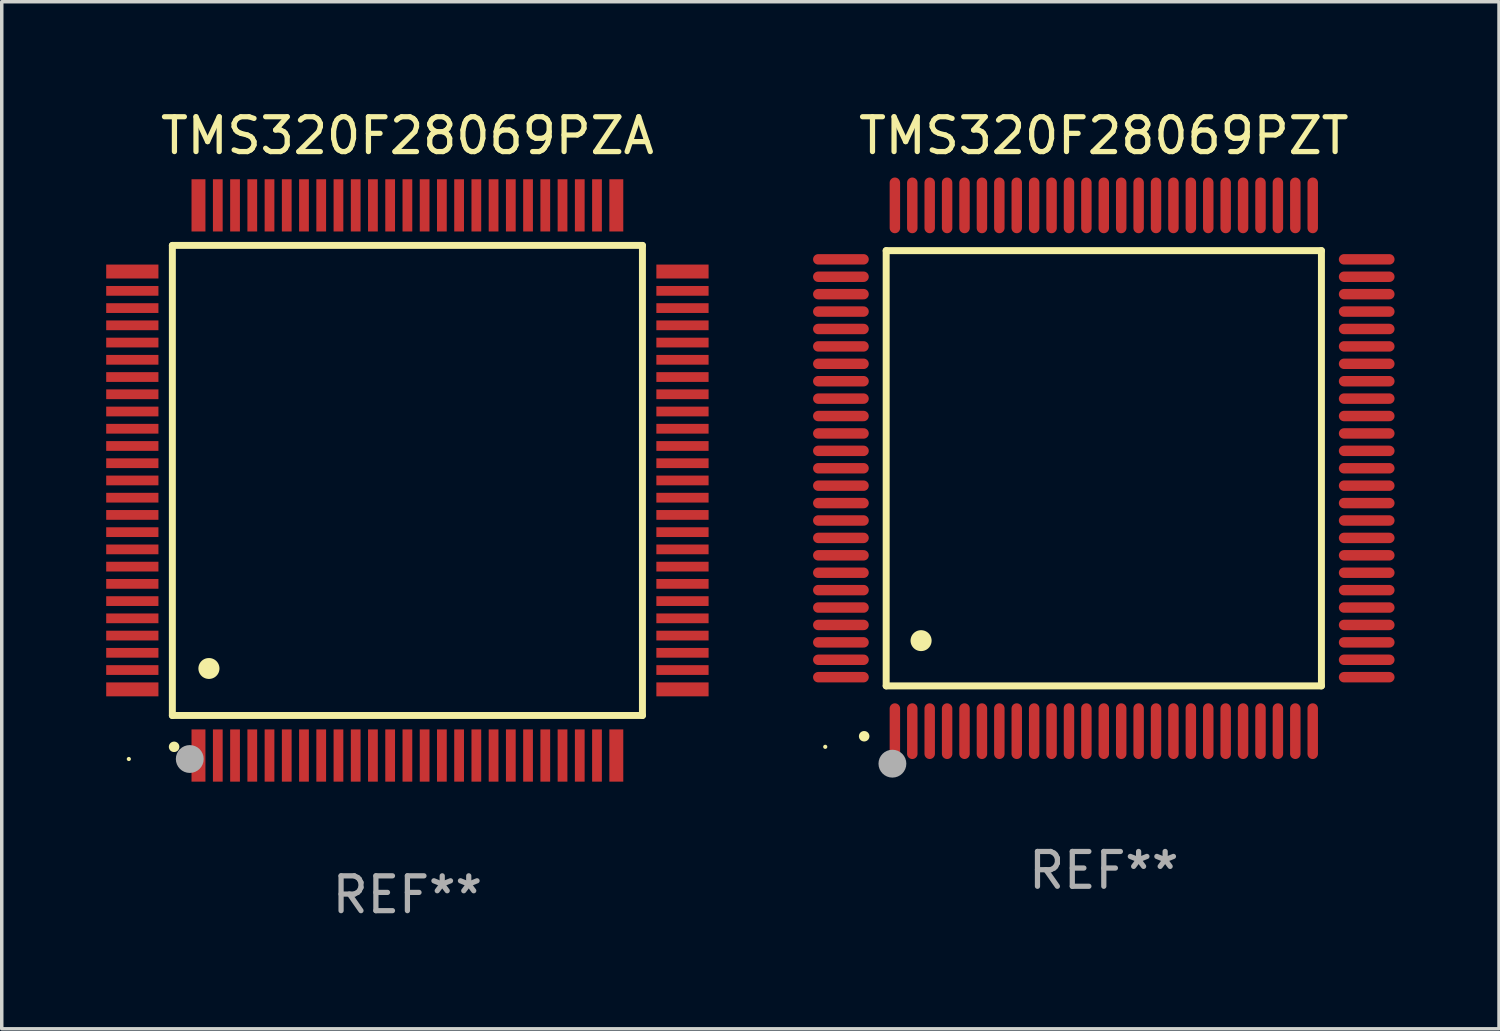
<source format=kicad_pcb>
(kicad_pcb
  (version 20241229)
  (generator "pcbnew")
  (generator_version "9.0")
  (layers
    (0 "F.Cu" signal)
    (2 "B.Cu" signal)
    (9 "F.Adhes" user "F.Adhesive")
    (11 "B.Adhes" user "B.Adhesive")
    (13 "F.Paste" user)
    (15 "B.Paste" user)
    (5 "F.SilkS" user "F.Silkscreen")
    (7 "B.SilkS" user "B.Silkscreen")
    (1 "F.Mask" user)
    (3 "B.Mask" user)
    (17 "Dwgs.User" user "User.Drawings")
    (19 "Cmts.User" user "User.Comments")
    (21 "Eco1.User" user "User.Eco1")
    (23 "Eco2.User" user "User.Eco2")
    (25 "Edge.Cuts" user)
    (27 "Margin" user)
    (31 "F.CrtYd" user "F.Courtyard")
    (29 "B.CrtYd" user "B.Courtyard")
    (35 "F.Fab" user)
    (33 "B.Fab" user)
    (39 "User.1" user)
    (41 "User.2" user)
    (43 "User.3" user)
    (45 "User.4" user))
  (footprint "TMS320F28069PZT"
    (layer "F.Cu")
    (at 28.65 10.398)
    (property "Reference" "TMS320F28069PZT" (at 0 -9.55 0) (layer "F.SilkS") (effects (font (size 1 1) (thickness 0.15))))
    (attr through_hole)
    (fp_line (start -6.25 -6.25) (end -6.25 6.25) (stroke (width 0.2) (type solid)) (layer "F.SilkS"))
    (fp_line (start -6.25 6.25) (end 6.25 6.25) (stroke (width 0.2) (type solid)) (layer "F.SilkS"))
    (fp_line (start 6.25 -6.25) (end -6.25 -6.25) (stroke (width 0.2) (type solid)) (layer "F.SilkS"))
    (fp_line (start 6.25 6.25) (end 6.25 -6.25) (stroke (width 0.2) (type solid)) (layer "F.SilkS"))
    (fp_arc (start -6.883414 7.696215) (mid -6.882144 7.69621) (end -6.880874 7.696215) (stroke (width 0.3) (type solid)) (layer "F.SilkS"))
    (fp_arc (start -5.250191 4.95047) (mid -5.247651 4.950459) (end -5.245111 4.95047) (stroke (width 0.6) (type solid)) (layer "F.SilkS"))
    (fp_circle (center -8 8) (end -7.97 8) (stroke (width 0.06) (type solid)) (fill no) (layer "F.SilkS"))
    (fp_circle (center -6.071 8.484) (end -5.871 8.484) (stroke (width 0.4) (type solid)) (fill no) (layer "F.Fab"))
    (fp_text user "REF**" (at 0 11.55 0) (layer "F.Fab") (effects (font (size 1 1) (thickness 0.15))))
    (pad "1" smd oval (at -6 7.55) (size 0.3 1.6) (layers "F.Cu" "F.Mask" "F.Paste"))
    (pad "2" smd oval (at -5.5 7.55) (size 0.3 1.6) (layers "F.Cu" "F.Mask" "F.Paste"))
    (pad "3" smd oval (at -5 7.55) (size 0.3 1.6) (layers "F.Cu" "F.Mask" "F.Paste"))
    (pad "4" smd oval (at -4.5 7.55) (size 0.3 1.6) (layers "F.Cu" "F.Mask" "F.Paste"))
    (pad "5" smd oval (at -4 7.55) (size 0.3 1.6) (layers "F.Cu" "F.Mask" "F.Paste"))
    (pad "6" smd oval (at -3.5 7.55) (size 0.3 1.6) (layers "F.Cu" "F.Mask" "F.Paste"))
    (pad "7" smd oval (at -3 7.55) (size 0.3 1.6) (layers "F.Cu" "F.Mask" "F.Paste"))
    (pad "8" smd oval (at -2.5 7.55) (size 0.3 1.6) (layers "F.Cu" "F.Mask" "F.Paste"))
    (pad "9" smd oval (at -2 7.55) (size 0.3 1.6) (layers "F.Cu" "F.Mask" "F.Paste"))
    (pad "10" smd oval (at -1.5 7.55) (size 0.3 1.6) (layers "F.Cu" "F.Mask" "F.Paste"))
    (pad "11" smd oval (at -1 7.55) (size 0.3 1.6) (layers "F.Cu" "F.Mask" "F.Paste"))
    (pad "12" smd oval (at -0.5 7.55) (size 0.3 1.6) (layers "F.Cu" "F.Mask" "F.Paste"))
    (pad "13" smd oval (at 0 7.55) (size 0.3 1.6) (layers "F.Cu" "F.Mask" "F.Paste"))
    (pad "14" smd oval (at 0.5 7.55) (size 0.3 1.6) (layers "F.Cu" "F.Mask" "F.Paste"))
    (pad "15" smd oval (at 1 7.55) (size 0.3 1.6) (layers "F.Cu" "F.Mask" "F.Paste"))
    (pad "16" smd oval (at 1.5 7.55) (size 0.3 1.6) (layers "F.Cu" "F.Mask" "F.Paste"))
    (pad "17" smd oval (at 2 7.55) (size 0.3 1.6) (layers "F.Cu" "F.Mask" "F.Paste"))
    (pad "18" smd oval (at 2.5 7.55) (size 0.3 1.6) (layers "F.Cu" "F.Mask" "F.Paste"))
    (pad "19" smd oval (at 3 7.55) (size 0.3 1.6) (layers "F.Cu" "F.Mask" "F.Paste"))
    (pad "20" smd oval (at 3.5 7.55) (size 0.3 1.6) (layers "F.Cu" "F.Mask" "F.Paste"))
    (pad "21" smd oval (at 4 7.55) (size 0.3 1.6) (layers "F.Cu" "F.Mask" "F.Paste"))
    (pad "22" smd oval (at 4.5 7.55) (size 0.3 1.6) (layers "F.Cu" "F.Mask" "F.Paste"))
    (pad "23" smd oval (at 5 7.55) (size 0.3 1.6) (layers "F.Cu" "F.Mask" "F.Paste"))
    (pad "24" smd oval (at 5.5 7.55) (size 0.3 1.6) (layers "F.Cu" "F.Mask" "F.Paste"))
    (pad "25" smd oval (at 6 7.55) (size 0.3 1.6) (layers "F.Cu" "F.Mask" "F.Paste"))
    (pad "26" smd oval (at 7.55 6) (size 1.6 0.3) (layers "F.Cu" "F.Mask" "F.Paste"))
    (pad "27" smd oval (at 7.55 5.5) (size 1.6 0.3) (layers "F.Cu" "F.Mask" "F.Paste"))
    (pad "28" smd oval (at 7.55 5) (size 1.6 0.3) (layers "F.Cu" "F.Mask" "F.Paste"))
    (pad "29" smd oval (at 7.55 4.5) (size 1.6 0.3) (layers "F.Cu" "F.Mask" "F.Paste"))
    (pad "30" smd oval (at 7.55 4) (size 1.6 0.3) (layers "F.Cu" "F.Mask" "F.Paste"))
    (pad "31" smd oval (at 7.55 3.5) (size 1.6 0.3) (layers "F.Cu" "F.Mask" "F.Paste"))
    (pad "32" smd oval (at 7.55 3) (size 1.6 0.3) (layers "F.Cu" "F.Mask" "F.Paste"))
    (pad "33" smd oval (at 7.55 2.5) (size 1.6 0.3) (layers "F.Cu" "F.Mask" "F.Paste"))
    (pad "34" smd oval (at 7.55 2) (size 1.6 0.3) (layers "F.Cu" "F.Mask" "F.Paste"))
    (pad "35" smd oval (at 7.55 1.5) (size 1.6 0.3) (layers "F.Cu" "F.Mask" "F.Paste"))
    (pad "36" smd oval (at 7.55 1) (size 1.6 0.3) (layers "F.Cu" "F.Mask" "F.Paste"))
    (pad "37" smd oval (at 7.55 0.5) (size 1.6 0.3) (layers "F.Cu" "F.Mask" "F.Paste"))
    (pad "38" smd oval (at 7.55 0) (size 1.6 0.3) (layers "F.Cu" "F.Mask" "F.Paste"))
    (pad "39" smd oval (at 7.55 -0.5) (size 1.6 0.3) (layers "F.Cu" "F.Mask" "F.Paste"))
    (pad "40" smd oval (at 7.55 -1) (size 1.6 0.3) (layers "F.Cu" "F.Mask" "F.Paste"))
    (pad "41" smd oval (at 7.55 -1.5) (size 1.6 0.3) (layers "F.Cu" "F.Mask" "F.Paste"))
    (pad "42" smd oval (at 7.55 -2) (size 1.6 0.3) (layers "F.Cu" "F.Mask" "F.Paste"))
    (pad "43" smd oval (at 7.55 -2.5) (size 1.6 0.3) (layers "F.Cu" "F.Mask" "F.Paste"))
    (pad "44" smd oval (at 7.55 -3) (size 1.6 0.3) (layers "F.Cu" "F.Mask" "F.Paste"))
    (pad "45" smd oval (at 7.55 -3.5) (size 1.6 0.3) (layers "F.Cu" "F.Mask" "F.Paste"))
    (pad "46" smd oval (at 7.55 -4) (size 1.6 0.3) (layers "F.Cu" "F.Mask" "F.Paste"))
    (pad "47" smd oval (at 7.55 -4.5) (size 1.6 0.3) (layers "F.Cu" "F.Mask" "F.Paste"))
    (pad "48" smd oval (at 7.55 -5) (size 1.6 0.3) (layers "F.Cu" "F.Mask" "F.Paste"))
    (pad "49" smd oval (at 7.55 -5.5) (size 1.6 0.3) (layers "F.Cu" "F.Mask" "F.Paste"))
    (pad "50" smd oval (at 7.55 -6) (size 1.6 0.3) (layers "F.Cu" "F.Mask" "F.Paste"))
    (pad "51" smd oval (at 6 -7.55) (size 0.3 1.6) (layers "F.Cu" "F.Mask" "F.Paste"))
    (pad "52" smd oval (at 5.5 -7.55) (size 0.3 1.6) (layers "F.Cu" "F.Mask" "F.Paste"))
    (pad "53" smd oval (at 5 -7.55) (size 0.3 1.6) (layers "F.Cu" "F.Mask" "F.Paste"))
    (pad "54" smd oval (at 4.5 -7.55) (size 0.3 1.6) (layers "F.Cu" "F.Mask" "F.Paste"))
    (pad "55" smd oval (at 4 -7.55) (size 0.3 1.6) (layers "F.Cu" "F.Mask" "F.Paste"))
    (pad "56" smd oval (at 3.5 -7.55) (size 0.3 1.6) (layers "F.Cu" "F.Mask" "F.Paste"))
    (pad "57" smd oval (at 3 -7.55) (size 0.3 1.6) (layers "F.Cu" "F.Mask" "F.Paste"))
    (pad "58" smd oval (at 2.5 -7.55) (size 0.3 1.6) (layers "F.Cu" "F.Mask" "F.Paste"))
    (pad "59" smd oval (at 2 -7.55) (size 0.3 1.6) (layers "F.Cu" "F.Mask" "F.Paste"))
    (pad "60" smd oval (at 1.5 -7.55) (size 0.3 1.6) (layers "F.Cu" "F.Mask" "F.Paste"))
    (pad "61" smd oval (at 1 -7.55) (size 0.3 1.6) (layers "F.Cu" "F.Mask" "F.Paste"))
    (pad "62" smd oval (at 0.5 -7.55) (size 0.3 1.6) (layers "F.Cu" "F.Mask" "F.Paste"))
    (pad "63" smd oval (at 0 -7.55) (size 0.3 1.6) (layers "F.Cu" "F.Mask" "F.Paste"))
    (pad "64" smd oval (at -0.5 -7.55) (size 0.3 1.6) (layers "F.Cu" "F.Mask" "F.Paste"))
    (pad "65" smd oval (at -1 -7.55) (size 0.3 1.6) (layers "F.Cu" "F.Mask" "F.Paste"))
    (pad "66" smd oval (at -1.5 -7.55) (size 0.3 1.6) (layers "F.Cu" "F.Mask" "F.Paste"))
    (pad "67" smd oval (at -2 -7.55) (size 0.3 1.6) (layers "F.Cu" "F.Mask" "F.Paste"))
    (pad "68" smd oval (at -2.5 -7.55) (size 0.3 1.6) (layers "F.Cu" "F.Mask" "F.Paste"))
    (pad "69" smd oval (at -3 -7.55) (size 0.3 1.6) (layers "F.Cu" "F.Mask" "F.Paste"))
    (pad "70" smd oval (at -3.5 -7.55) (size 0.3 1.6) (layers "F.Cu" "F.Mask" "F.Paste"))
    (pad "71" smd oval (at -4 -7.55) (size 0.3 1.6) (layers "F.Cu" "F.Mask" "F.Paste"))
    (pad "72" smd oval (at -4.5 -7.55) (size 0.3 1.6) (layers "F.Cu" "F.Mask" "F.Paste"))
    (pad "73" smd oval (at -5 -7.55) (size 0.3 1.6) (layers "F.Cu" "F.Mask" "F.Paste"))
    (pad "74" smd oval (at -5.5 -7.55) (size 0.3 1.6) (layers "F.Cu" "F.Mask" "F.Paste"))
    (pad "75" smd oval (at -6 -7.55) (size 0.3 1.6) (layers "F.Cu" "F.Mask" "F.Paste"))
    (pad "76" smd oval (at -7.55 -6) (size 1.6 0.3) (layers "F.Cu" "F.Mask" "F.Paste"))
    (pad "77" smd oval (at -7.55 -5.5) (size 1.6 0.3) (layers "F.Cu" "F.Mask" "F.Paste"))
    (pad "78" smd oval (at -7.55 -5) (size 1.6 0.3) (layers "F.Cu" "F.Mask" "F.Paste"))
    (pad "79" smd oval (at -7.55 -4.5) (size 1.6 0.3) (layers "F.Cu" "F.Mask" "F.Paste"))
    (pad "80" smd oval (at -7.55 -4) (size 1.6 0.3) (layers "F.Cu" "F.Mask" "F.Paste"))
    (pad "81" smd oval (at -7.55 -3.5) (size 1.6 0.3) (layers "F.Cu" "F.Mask" "F.Paste"))
    (pad "82" smd oval (at -7.55 -3) (size 1.6 0.3) (layers "F.Cu" "F.Mask" "F.Paste"))
    (pad "83" smd oval (at -7.55 -2.5) (size 1.6 0.3) (layers "F.Cu" "F.Mask" "F.Paste"))
    (pad "84" smd oval (at -7.55 -2) (size 1.6 0.3) (layers "F.Cu" "F.Mask" "F.Paste"))
    (pad "85" smd oval (at -7.55 -1.5) (size 1.6 0.3) (layers "F.Cu" "F.Mask" "F.Paste"))
    (pad "86" smd oval (at -7.55 -1) (size 1.6 0.3) (layers "F.Cu" "F.Mask" "F.Paste"))
    (pad "87" smd oval (at -7.55 -0.5) (size 1.6 0.3) (layers "F.Cu" "F.Mask" "F.Paste"))
    (pad "88" smd oval (at -7.55 0) (size 1.6 0.3) (layers "F.Cu" "F.Mask" "F.Paste"))
    (pad "89" smd oval (at -7.55 0.5) (size 1.6 0.3) (layers "F.Cu" "F.Mask" "F.Paste"))
    (pad "90" smd oval (at -7.55 1) (size 1.6 0.3) (layers "F.Cu" "F.Mask" "F.Paste"))
    (pad "91" smd oval (at -7.55 1.5) (size 1.6 0.3) (layers "F.Cu" "F.Mask" "F.Paste"))
    (pad "92" smd oval (at -7.55 2) (size 1.6 0.3) (layers "F.Cu" "F.Mask" "F.Paste"))
    (pad "93" smd oval (at -7.55 2.5) (size 1.6 0.3) (layers "F.Cu" "F.Mask" "F.Paste"))
    (pad "94" smd oval (at -7.55 3) (size 1.6 0.3) (layers "F.Cu" "F.Mask" "F.Paste"))
    (pad "95" smd oval (at -7.55 3.5) (size 1.6 0.3) (layers "F.Cu" "F.Mask" "F.Paste"))
    (pad "96" smd oval (at -7.55 4) (size 1.6 0.3) (layers "F.Cu" "F.Mask" "F.Paste"))
    (pad "97" smd oval (at -7.55 4.5) (size 1.6 0.3) (layers "F.Cu" "F.Mask" "F.Paste"))
    (pad "98" smd oval (at -7.55 5) (size 1.6 0.3) (layers "F.Cu" "F.Mask" "F.Paste"))
    (pad "99" smd oval (at -7.55 5.5) (size 1.6 0.3) (layers "F.Cu" "F.Mask" "F.Paste"))
    (pad "100" smd oval (at -7.55 6) (size 1.6 0.3) (layers "F.Cu" "F.Mask" "F.Paste")))
  (footprint "TMS320F28069PZA"
    (layer "F.Cu")
    (at 8.65 10.748)
    (property "Reference" "TMS320F28069PZA" (at 0 -9.9 0) (layer "F.SilkS") (effects (font (size 1 1) (thickness 0.15))))
    (attr through_hole)
    (fp_line (start -6.75 -6.75) (end -6.75 6.75) (stroke (width 0.2) (type solid)) (layer "F.SilkS"))
    (fp_line (start -6.75 6.75) (end 6.75 6.75) (stroke (width 0.2) (type solid)) (layer "F.SilkS"))
    (fp_line (start 6.75 -6.75) (end -6.75 -6.75) (stroke (width 0.2) (type solid)) (layer "F.SilkS"))
    (fp_line (start 6.75 6.75) (end 6.75 -6.75) (stroke (width 0.2) (type solid)) (layer "F.SilkS"))
    (fp_arc (start -6.701321 7.650013) (mid -6.700051 7.650008) (end -6.698781 7.650013) (stroke (width 0.3) (type solid)) (layer "F.SilkS"))
    (fp_arc (start -5.702515 5.400025) (mid -5.699975 5.400014) (end -5.697435 5.400025) (stroke (width 0.6) (type solid)) (layer "F.SilkS"))
    (fp_circle (center -8 8) (end -7.97 8) (stroke (width 0.06) (type solid)) (fill no) (layer "F.SilkS"))
    (fp_circle (center -6.25 8) (end -6.05 8) (stroke (width 0.4) (type solid)) (fill no) (layer "F.Fab"))
    (fp_text user "REF**" (at 0 11.9 0) (layer "F.Fab") (effects (font (size 1 1) (thickness 0.15))))
    (pad "1" smd rect (at -6 7.9 180) (size 0.4 1.5) (layers "F.Cu" "F.Mask" "F.Paste"))
    (pad "2" smd rect (at -5.445 7.9 180) (size 0.28 1.5) (layers "F.Cu" "F.Mask" "F.Paste"))
    (pad "3" smd rect (at -4.95 7.9 180) (size 0.28 1.5) (layers "F.Cu" "F.Mask" "F.Paste"))
    (pad "4" smd rect (at -4.455 7.9 180) (size 0.28 1.5) (layers "F.Cu" "F.Mask" "F.Paste"))
    (pad "5" smd rect (at -3.96 7.9 180) (size 0.28 1.5) (layers "F.Cu" "F.Mask" "F.Paste"))
    (pad "6" smd rect (at -3.465 7.9 180) (size 0.28 1.5) (layers "F.Cu" "F.Mask" "F.Paste"))
    (pad "7" smd rect (at -2.97 7.9 180) (size 0.28 1.5) (layers "F.Cu" "F.Mask" "F.Paste"))
    (pad "8" smd rect (at -2.475 7.9 180) (size 0.28 1.5) (layers "F.Cu" "F.Mask" "F.Paste"))
    (pad "9" smd rect (at -1.98 7.9 180) (size 0.28 1.5) (layers "F.Cu" "F.Mask" "F.Paste"))
    (pad "10" smd rect (at -1.485 7.9 180) (size 0.28 1.5) (layers "F.Cu" "F.Mask" "F.Paste"))
    (pad "11" smd rect (at -0.99 7.9 180) (size 0.28 1.5) (layers "F.Cu" "F.Mask" "F.Paste"))
    (pad "12" smd rect (at -0.495 7.9 180) (size 0.28 1.5) (layers "F.Cu" "F.Mask" "F.Paste"))
    (pad "13" smd rect (at 0.000178 7.9 180) (size 0.28 1.5) (layers "F.Cu" "F.Mask" "F.Paste"))
    (pad "14" smd rect (at 0.495 7.9 180) (size 0.28 1.5) (layers "F.Cu" "F.Mask" "F.Paste"))
    (pad "15" smd rect (at 0.99 7.9 180) (size 0.28 1.5) (layers "F.Cu" "F.Mask" "F.Paste"))
    (pad "16" smd rect (at 1.485 7.9 180) (size 0.28 1.5) (layers "F.Cu" "F.Mask" "F.Paste"))
    (pad "17" smd rect (at 1.98 7.9 180) (size 0.28 1.5) (layers "F.Cu" "F.Mask" "F.Paste"))
    (pad "18" smd rect (at 2.475 7.9 180) (size 0.28 1.5) (layers "F.Cu" "F.Mask" "F.Paste"))
    (pad "19" smd rect (at 2.97 7.9 180) (size 0.28 1.5) (layers "F.Cu" "F.Mask" "F.Paste"))
    (pad "20" smd rect (at 3.465 7.9 180) (size 0.28 1.5) (layers "F.Cu" "F.Mask" "F.Paste"))
    (pad "21" smd rect (at 3.96 7.9 180) (size 0.28 1.5) (layers "F.Cu" "F.Mask" "F.Paste"))
    (pad "22" smd rect (at 4.455 7.9 180) (size 0.28 1.5) (layers "F.Cu" "F.Mask" "F.Paste"))
    (pad "23" smd rect (at 4.95 7.9 180) (size 0.28 1.5) (layers "F.Cu" "F.Mask" "F.Paste"))
    (pad "24" smd rect (at 5.445 7.9 180) (size 0.28 1.5) (layers "F.Cu" "F.Mask" "F.Paste"))
    (pad "25" smd rect (at 6 7.9 180) (size 0.4 1.5) (layers "F.Cu" "F.Mask" "F.Paste"))
    (pad "26" smd rect (at 7.9 6 90) (size 0.4 1.5) (layers "F.Cu" "F.Mask" "F.Paste"))
    (pad "27" smd rect (at 7.9 5.445 90) (size 0.28 1.5) (layers "F.Cu" "F.Mask" "F.Paste"))
    (pad "28" smd rect (at 7.9 4.95 90) (size 0.28 1.5) (layers "F.Cu" "F.Mask" "F.Paste"))
    (pad "29" smd rect (at 7.9 4.455 90) (size 0.28 1.5) (layers "F.Cu" "F.Mask" "F.Paste"))
    (pad "30" smd rect (at 7.9 3.96 90) (size 0.28 1.5) (layers "F.Cu" "F.Mask" "F.Paste"))
    (pad "31" smd rect (at 7.9 3.465 90) (size 0.28 1.5) (layers "F.Cu" "F.Mask" "F.Paste"))
    (pad "32" smd rect (at 7.9 2.97 90) (size 0.28 1.5) (layers "F.Cu" "F.Mask" "F.Paste"))
    (pad "33" smd rect (at 7.9 2.475 90) (size 0.28 1.5) (layers "F.Cu" "F.Mask" "F.Paste"))
    (pad "34" smd rect (at 7.9 1.98 90) (size 0.28 1.5) (layers "F.Cu" "F.Mask" "F.Paste"))
    (pad "35" smd rect (at 7.9 1.485 90) (size 0.28 1.5) (layers "F.Cu" "F.Mask" "F.Paste"))
    (pad "36" smd rect (at 7.9 0.99 90) (size 0.28 1.5) (layers "F.Cu" "F.Mask" "F.Paste"))
    (pad "37" smd rect (at 7.9 0.495 90) (size 0.28 1.5) (layers "F.Cu" "F.Mask" "F.Paste"))
    (pad "38" smd rect (at 7.9 0 90) (size 0.28 1.5) (layers "F.Cu" "F.Mask" "F.Paste"))
    (pad "39" smd rect (at 7.9 -0.495 90) (size 0.28 1.5) (layers "F.Cu" "F.Mask" "F.Paste"))
    (pad "40" smd rect (at 7.9 -0.99 90) (size 0.28 1.5) (layers "F.Cu" "F.Mask" "F.Paste"))
    (pad "41" smd rect (at 7.9 -1.485 90) (size 0.28 1.5) (layers "F.Cu" "F.Mask" "F.Paste"))
    (pad "42" smd rect (at 7.9 -1.98 90) (size 0.28 1.5) (layers "F.Cu" "F.Mask" "F.Paste"))
    (pad "43" smd rect (at 7.9 -2.475 90) (size 0.28 1.5) (layers "F.Cu" "F.Mask" "F.Paste"))
    (pad "44" smd rect (at 7.9 -2.97 90) (size 0.28 1.5) (layers "F.Cu" "F.Mask" "F.Paste"))
    (pad "45" smd rect (at 7.9 -3.465 90) (size 0.28 1.5) (layers "F.Cu" "F.Mask" "F.Paste"))
    (pad "46" smd rect (at 7.9 -3.96 90) (size 0.28 1.5) (layers "F.Cu" "F.Mask" "F.Paste"))
    (pad "47" smd rect (at 7.9 -4.455 90) (size 0.28 1.5) (layers "F.Cu" "F.Mask" "F.Paste"))
    (pad "48" smd rect (at 7.9 -4.95 90) (size 0.28 1.5) (layers "F.Cu" "F.Mask" "F.Paste"))
    (pad "49" smd rect (at 7.9 -5.445 90) (size 0.28 1.5) (layers "F.Cu" "F.Mask" "F.Paste"))
    (pad "50" smd rect (at 7.9 -6 90) (size 0.4 1.5) (layers "F.Cu" "F.Mask" "F.Paste"))
    (pad "51" smd rect (at 6 -7.9 180) (size 0.4 1.5) (layers "F.Cu" "F.Mask" "F.Paste"))
    (pad "52" smd rect (at 5.445 -7.9 180) (size 0.28 1.5) (layers "F.Cu" "F.Mask" "F.Paste"))
    (pad "53" smd rect (at 4.95 -7.9 180) (size 0.28 1.5) (layers "F.Cu" "F.Mask" "F.Paste"))
    (pad "54" smd rect (at 4.455 -7.9 180) (size 0.28 1.5) (layers "F.Cu" "F.Mask" "F.Paste"))
    (pad "55" smd rect (at 3.96 -7.9 180) (size 0.28 1.5) (layers "F.Cu" "F.Mask" "F.Paste"))
    (pad "56" smd rect (at 3.465 -7.9 180) (size 0.28 1.5) (layers "F.Cu" "F.Mask" "F.Paste"))
    (pad "57" smd rect (at 2.97 -7.9 180) (size 0.28 1.5) (layers "F.Cu" "F.Mask" "F.Paste"))
    (pad "58" smd rect (at 2.475 -7.9 180) (size 0.28 1.5) (layers "F.Cu" "F.Mask" "F.Paste"))
    (pad "59" smd rect (at 1.98 -7.9 180) (size 0.28 1.5) (layers "F.Cu" "F.Mask" "F.Paste"))
    (pad "60" smd rect (at 1.485 -7.9 180) (size 0.28 1.5) (layers "F.Cu" "F.Mask" "F.Paste"))
    (pad "61" smd rect (at 0.99 -7.9 180) (size 0.28 1.5) (layers "F.Cu" "F.Mask" "F.Paste"))
    (pad "62" smd rect (at 0.495 -7.9 180) (size 0.28 1.5) (layers "F.Cu" "F.Mask" "F.Paste"))
    (pad "63" smd rect (at 0.000178 -7.9 180) (size 0.28 1.5) (layers "F.Cu" "F.Mask" "F.Paste"))
    (pad "64" smd rect (at -0.495 -7.9 180) (size 0.28 1.5) (layers "F.Cu" "F.Mask" "F.Paste"))
    (pad "65" smd rect (at -0.99 -7.9 180) (size 0.28 1.5) (layers "F.Cu" "F.Mask" "F.Paste"))
    (pad "66" smd rect (at -1.485 -7.9 180) (size 0.28 1.5) (layers "F.Cu" "F.Mask" "F.Paste"))
    (pad "67" smd rect (at -1.98 -7.9 180) (size 0.28 1.5) (layers "F.Cu" "F.Mask" "F.Paste"))
    (pad "68" smd rect (at -2.475 -7.9 180) (size 0.28 1.5) (layers "F.Cu" "F.Mask" "F.Paste"))
    (pad "69" smd rect (at -2.97 -7.9 180) (size 0.28 1.5) (layers "F.Cu" "F.Mask" "F.Paste"))
    (pad "70" smd rect (at -3.465 -7.9 180) (size 0.28 1.5) (layers "F.Cu" "F.Mask" "F.Paste"))
    (pad "71" smd rect (at -3.96 -7.9 180) (size 0.28 1.5) (layers "F.Cu" "F.Mask" "F.Paste"))
    (pad "72" smd rect (at -4.455 -7.9 180) (size 0.28 1.5) (layers "F.Cu" "F.Mask" "F.Paste"))
    (pad "73" smd rect (at -4.95 -7.9 180) (size 0.28 1.5) (layers "F.Cu" "F.Mask" "F.Paste"))
    (pad "74" smd rect (at -5.445 -7.9 180) (size 0.28 1.5) (layers "F.Cu" "F.Mask" "F.Paste"))
    (pad "75" smd rect (at -6 -7.9 180) (size 0.4 1.5) (layers "F.Cu" "F.Mask" "F.Paste"))
    (pad "76" smd rect (at -7.9 -6 90) (size 0.4 1.5) (layers "F.Cu" "F.Mask" "F.Paste"))
    (pad "77" smd rect (at -7.9 -5.445 90) (size 0.28 1.5) (layers "F.Cu" "F.Mask" "F.Paste"))
    (pad "78" smd rect (at -7.9 -4.95 90) (size 0.28 1.5) (layers "F.Cu" "F.Mask" "F.Paste"))
    (pad "79" smd rect (at -7.9 -4.455 90) (size 0.28 1.5) (layers "F.Cu" "F.Mask" "F.Paste"))
    (pad "80" smd rect (at -7.9 -3.96 90) (size 0.28 1.5) (layers "F.Cu" "F.Mask" "F.Paste"))
    (pad "81" smd rect (at -7.9 -3.465 90) (size 0.28 1.5) (layers "F.Cu" "F.Mask" "F.Paste"))
    (pad "82" smd rect (at -7.9 -2.97 90) (size 0.28 1.5) (layers "F.Cu" "F.Mask" "F.Paste"))
    (pad "83" smd rect (at -7.9 -2.475 90) (size 0.28 1.5) (layers "F.Cu" "F.Mask" "F.Paste"))
    (pad "84" smd rect (at -7.9 -1.98 90) (size 0.28 1.5) (layers "F.Cu" "F.Mask" "F.Paste"))
    (pad "85" smd rect (at -7.9 -1.485 90) (size 0.28 1.5) (layers "F.Cu" "F.Mask" "F.Paste"))
    (pad "86" smd rect (at -7.9 -0.99 90) (size 0.28 1.5) (layers "F.Cu" "F.Mask" "F.Paste"))
    (pad "87" smd rect (at -7.9 -0.495 90) (size 0.28 1.5) (layers "F.Cu" "F.Mask" "F.Paste"))
    (pad "88" smd rect (at -7.9 0 90) (size 0.28 1.5) (layers "F.Cu" "F.Mask" "F.Paste"))
    (pad "89" smd rect (at -7.9 0.495 90) (size 0.28 1.5) (layers "F.Cu" "F.Mask" "F.Paste"))
    (pad "90" smd rect (at -7.9 0.99 90) (size 0.28 1.5) (layers "F.Cu" "F.Mask" "F.Paste"))
    (pad "91" smd rect (at -7.9 1.485 90) (size 0.28 1.5) (layers "F.Cu" "F.Mask" "F.Paste"))
    (pad "92" smd rect (at -7.9 1.98 90) (size 0.28 1.5) (layers "F.Cu" "F.Mask" "F.Paste"))
    (pad "93" smd rect (at -7.9 2.475 90) (size 0.28 1.5) (layers "F.Cu" "F.Mask" "F.Paste"))
    (pad "94" smd rect (at -7.9 2.97 90) (size 0.28 1.5) (layers "F.Cu" "F.Mask" "F.Paste"))
    (pad "95" smd rect (at -7.9 3.465 90) (size 0.28 1.5) (layers "F.Cu" "F.Mask" "F.Paste"))
    (pad "96" smd rect (at -7.9 3.96 90) (size 0.28 1.5) (layers "F.Cu" "F.Mask" "F.Paste"))
    (pad "97" smd rect (at -7.9 4.455 90) (size 0.28 1.5) (layers "F.Cu" "F.Mask" "F.Paste"))
    (pad "98" smd rect (at -7.9 4.95 90) (size 0.28 1.5) (layers "F.Cu" "F.Mask" "F.Paste"))
    (pad "99" smd rect (at -7.9 5.445 90) (size 0.28 1.5) (layers "F.Cu" "F.Mask" "F.Paste"))
    (pad "100" smd rect (at -7.9 6 90) (size 0.4 1.5) (layers "F.Cu" "F.Mask" "F.Paste")))
  (gr_rect
    (start -3 -3)
    (end 40 26.496)
    (stroke (width 0.1) (type default))
    (fill no)
    (layer "Edge.Cuts")))
</source>
